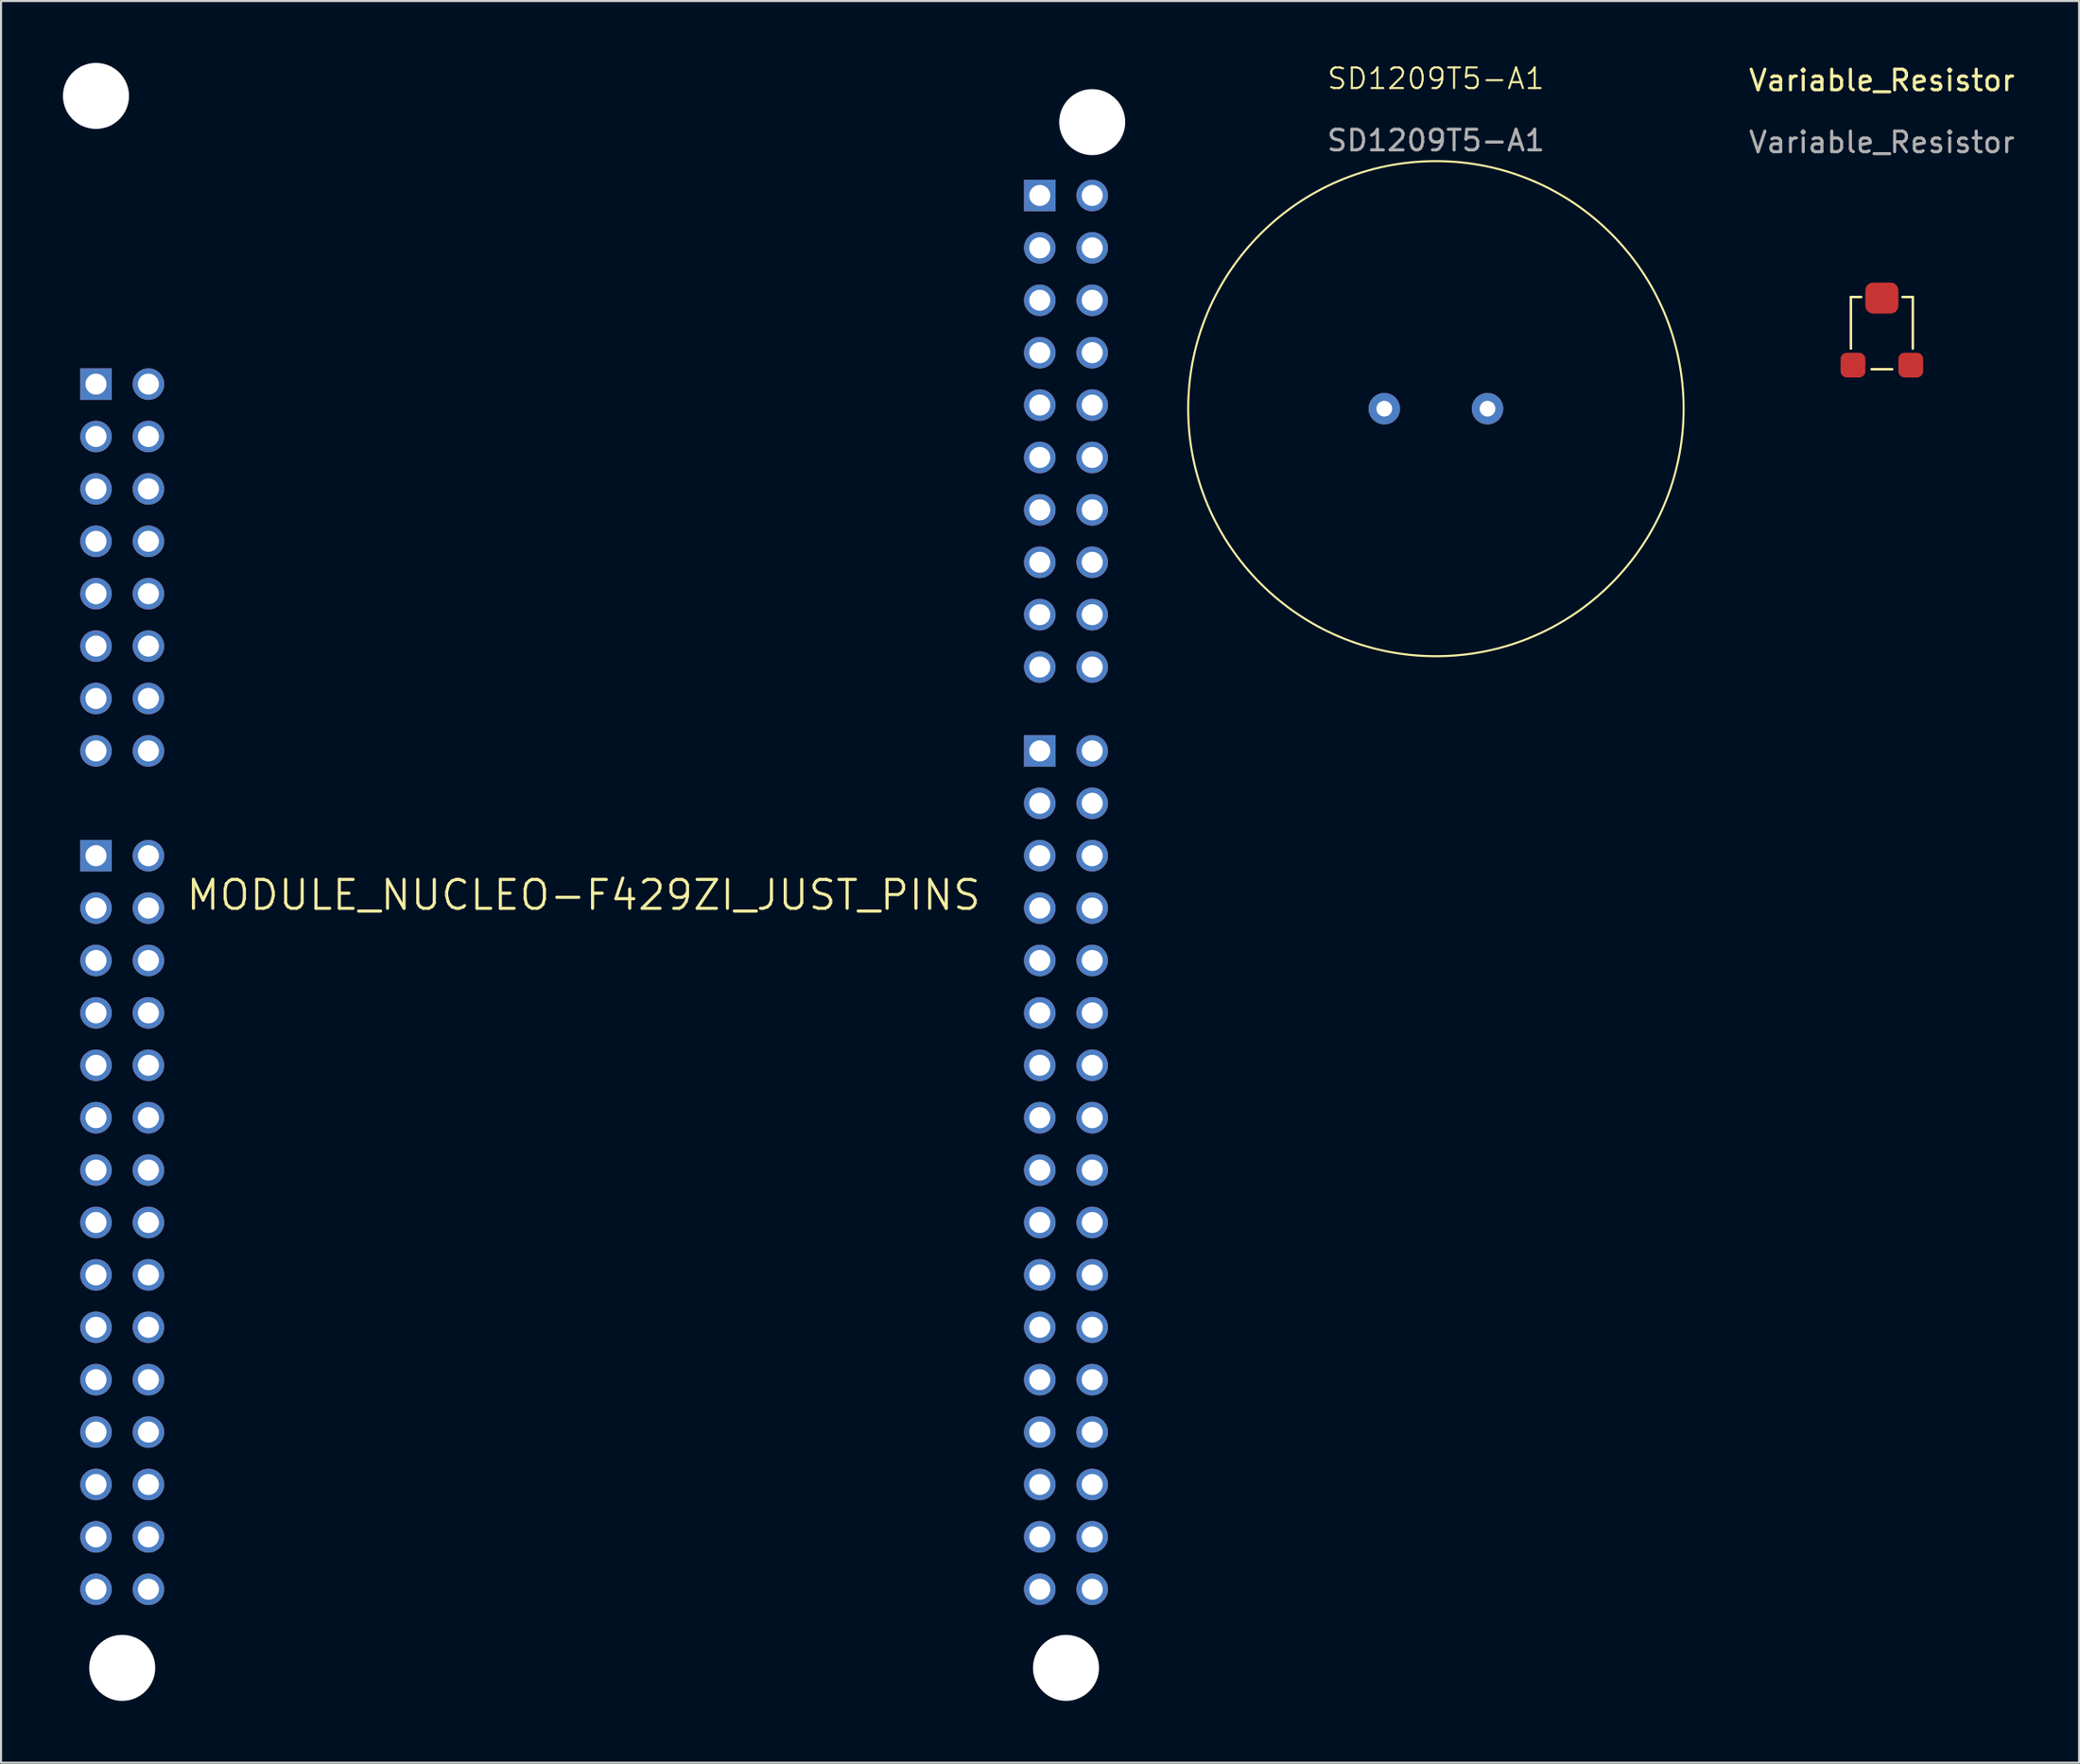
<source format=kicad_pcb>
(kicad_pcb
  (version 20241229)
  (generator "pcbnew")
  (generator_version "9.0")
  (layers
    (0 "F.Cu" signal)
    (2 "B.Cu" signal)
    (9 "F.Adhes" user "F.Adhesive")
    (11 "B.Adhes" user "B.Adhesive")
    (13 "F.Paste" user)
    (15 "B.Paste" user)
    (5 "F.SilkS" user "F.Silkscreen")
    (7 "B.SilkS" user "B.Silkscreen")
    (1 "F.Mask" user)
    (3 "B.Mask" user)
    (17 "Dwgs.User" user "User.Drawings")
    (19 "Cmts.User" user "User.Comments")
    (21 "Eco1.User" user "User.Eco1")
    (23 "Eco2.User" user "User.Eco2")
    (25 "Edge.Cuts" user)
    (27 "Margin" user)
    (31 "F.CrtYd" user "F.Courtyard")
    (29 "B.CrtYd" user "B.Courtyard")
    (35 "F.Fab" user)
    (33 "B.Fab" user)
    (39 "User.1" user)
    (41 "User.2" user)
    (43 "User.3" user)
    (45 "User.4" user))
  (footprint "MODULE_NUCLEO-F429ZI_JUST_PINS"
    (layer "F.Cu")
    (at 25.73 40.34)
    (property "Reference" "MODULE_NUCLEO-F429ZI_JUST_PINS" (at -0.508 0 0) (layer "F.SilkS") (effects (font (size 1.4 1.4) (thickness 0.15))))
    (attr through_hole)
    (pad "" np_thru_hole circle (at -24.13 -38.74) (size 3.2 3.2) (drill 3.2) (layers "*.Cu" "*.Mask"))
    (pad "" np_thru_hole circle (at -22.86 37.46) (size 3.2 3.2) (drill 3.2) (layers "*.Cu" "*.Mask"))
    (pad "" np_thru_hole circle (at 22.86 37.46) (size 3.2 3.2) (drill 3.2) (layers "*.Cu" "*.Mask"))
    (pad "" np_thru_hole circle (at 24.13 -37.47) (size 3.2 3.2) (drill 3.2) (layers "*.Cu" "*.Mask"))
    (pad "1" thru_hole circle (at -21.59 -19.69) (size 1.53 1.53) (drill 1.02) (layers "*.Cu" "*.Mask"))
    (pad "2" thru_hole circle (at -21.59 -17.15) (size 1.53 1.53) (drill 1.02) (layers "*.Cu" "*.Mask"))
    (pad "3" thru_hole circle (at -21.59 -14.61) (size 1.53 1.53) (drill 1.02) (layers "*.Cu" "*.Mask"))
    (pad "4" thru_hole circle (at -21.59 -12.07) (size 1.53 1.53) (drill 1.02) (layers "*.Cu" "*.Mask"))
    (pad "8" thru_hole circle (at -24.13 26.03) (size 1.53 1.53) (drill 1.02) (layers "*.Cu" "*.Mask"))
    (pad "11" thru_hole circle (at -21.59 28.57) (size 1.53 1.53) (drill 1.02) (layers "*.Cu" "*.Mask"))
    (pad "12" thru_hole circle (at -24.13 -22.23) (size 1.53 1.53) (drill 1.02) (layers "*.Cu" "*.Mask"))
    (pad "14" thru_hole circle (at -24.13 -19.69) (size 1.53 1.53) (drill 1.02) (layers "*.Cu" "*.Mask"))
    (pad "16" thru_hole circle (at -24.13 -17.15) (size 1.53 1.53) (drill 1.02) (layers "*.Cu" "*.Mask"))
    (pad "17" thru_hole circle (at 21.59 -23.754) (size 1.53 1.53) (drill 1.02) (layers "*.Cu" "*.Mask"))
    (pad "18" thru_hole circle (at -24.13 -14.61) (size 1.53 1.53) (drill 1.02) (layers "*.Cu" "*.Mask"))
    (pad "19" thru_hole circle (at -24.13 -12.07) (size 1.53 1.53) (drill 1.02) (layers "*.Cu" "*.Mask"))
    (pad "20" thru_hole circle (at -24.13 -9.53) (size 1.53 1.53) (drill 1.02) (layers "*.Cu" "*.Mask"))
    (pad "24" thru_hole circle (at -24.13 -6.99) (size 1.53 1.53) (drill 1.02) (layers "*.Cu" "*.Mask"))
    (pad "28" thru_hole circle (at 21.59 28.57) (size 1.53 1.53) (drill 1.02) (layers "*.Cu" "*.Mask"))
    (pad "29" thru_hole circle (at -24.13 23.49) (size 1.53 1.53) (drill 1.02) (layers "*.Cu" "*.Mask"))
    (pad "31" thru_hole circle (at -24.13 20.95) (size 1.53 1.53) (drill 1.02) (layers "*.Cu" "*.Mask"))
    (pad "32" thru_hole circle (at 21.59 -13.594) (size 1.53 1.53) (drill 1.02) (layers "*.Cu" "*.Mask"))
    (pad "34" thru_hole circle (at 21.59 31.11) (size 1.53 1.53) (drill 1.02) (layers "*.Cu" "*.Mask"))
    (pad "35" thru_hole circle (at 21.59 3.17) (size 1.53 1.53) (drill 1.02) (layers "*.Cu" "*.Mask"))
    (pad "37" thru_hole circle (at -24.13 3.17) (size 1.53 1.53) (drill 1.02) (layers "*.Cu" "*.Mask"))
    (pad "38" thru_hole circle (at -24.13 0.63) (size 1.53 1.53) (drill 1.02) (layers "*.Cu" "*.Mask"))
    (pad "39" thru_hole circle (at -21.59 5.71) (size 1.53 1.53) (drill 1.02) (layers "*.Cu" "*.Mask"))
    (pad "40" thru_hole circle (at -21.59 8.25) (size 1.53 1.53) (drill 1.02) (layers "*.Cu" "*.Mask"))
    (pad "41" thru_hole circle (at -21.59 3.17) (size 1.53 1.53) (drill 1.02) (layers "*.Cu" "*.Mask"))
    (pad "42" thru_hole circle (at -21.59 -9.53) (size 1.53 1.53) (drill 1.02) (layers "*.Cu" "*.Mask"))
    (pad "43" thru_hole circle (at -21.59 0.63) (size 1.53 1.53) (drill 1.02) (layers "*.Cu" "*.Mask"))
    (pad "44" thru_hole circle (at -21.59 -6.99) (size 1.53 1.53) (drill 1.02) (layers "*.Cu" "*.Mask"))
    (pad "45" thru_hole circle (at -21.59 -1.91) (size 1.53 1.53) (drill 1.02) (layers "*.Cu" "*.Mask"))
    (pad "46" thru_hole circle (at -21.59 13.33) (size 1.53 1.53) (drill 1.02) (layers "*.Cu" "*.Mask"))
    (pad "46" thru_hole circle (at 21.59 23.49) (size 1.53 1.53) (drill 1.02) (layers "*.Cu" "*.Mask"))
    (pad "47" thru_hole circle (at -21.59 23.49) (size 1.53 1.53) (drill 1.02) (layers "*.Cu" "*.Mask"))
    (pad "48" thru_hole circle (at -21.59 15.87) (size 1.53 1.53) (drill 1.02) (layers "*.Cu" "*.Mask"))
    (pad "49" thru_hole circle (at -21.59 10.79) (size 1.53 1.53) (drill 1.02) (layers "*.Cu" "*.Mask"))
    (pad "50" thru_hole circle (at -21.59 18.41) (size 1.53 1.53) (drill 1.02) (layers "*.Cu" "*.Mask"))
    (pad "52" thru_hole circle (at -24.13 18.41) (size 1.53 1.53) (drill 1.02) (layers "*.Cu" "*.Mask"))
    (pad "54" thru_hole circle (at -21.59 26.03) (size 1.53 1.53) (drill 1.02) (layers "*.Cu" "*.Mask"))
    (pad "55" thru_hole circle (at -24.13 31.11) (size 1.53 1.53) (drill 1.02) (layers "*.Cu" "*.Mask"))
    (pad "56" thru_hole circle (at -21.59 31.11) (size 1.53 1.53) (drill 1.02) (layers "*.Cu" "*.Mask"))
    (pad "57" thru_hole circle (at -24.13 28.57) (size 1.53 1.53) (drill 1.02) (layers "*.Cu" "*.Mask"))
    (pad "58" thru_hole circle (at -21.59 33.65) (size 1.53 1.53) (drill 1.02) (layers "*.Cu" "*.Mask"))
    (pad "59" thru_hole circle (at -24.13 33.65) (size 1.53 1.53) (drill 1.02) (layers "*.Cu" "*.Mask"))
    (pad "60" thru_hole circle (at 24.13 -26.294) (size 1.53 1.53) (drill 1.02) (layers "*.Cu" "*.Mask"))
    (pad "62" thru_hole circle (at -21.59 20.95) (size 1.53 1.53) (drill 1.02) (layers "*.Cu" "*.Mask"))
    (pad "63" thru_hole circle (at 24.13 10.79) (size 1.53 1.53) (drill 1.02) (layers "*.Cu" "*.Mask"))
    (pad "73" thru_hole circle (at -21.59 -22.23) (size 1.53 1.53) (drill 1.02) (layers "*.Cu" "*.Mask"))
    (pad "74" thru_hole circle (at -21.59 -24.77) (size 1.53 1.53) (drill 1.02) (layers "*.Cu" "*.Mask"))
    (pad "75" thru_hole circle (at 24.13 -33.914) (size 1.53 1.53) (drill 1.02) (layers "*.Cu" "*.Mask"))
    (pad "76" thru_hole rect (at 21.59 -33.914) (size 1.53 1.53) (drill 1.02) (layers "*.Cu" "*.Mask"))
    (pad "77" thru_hole circle (at 24.13 -31.374) (size 1.53 1.53) (drill 1.02) (layers "*.Cu" "*.Mask"))
    (pad "79" thru_hole rect (at 21.59 -6.99) (size 1.53 1.53) (drill 1.02) (layers "*.Cu" "*.Mask"))
    (pad "79" thru_hole circle (at 24.13 -28.834) (size 1.53 1.53) (drill 1.02) (layers "*.Cu" "*.Mask"))
    (pad "81" thru_hole circle (at 21.59 26.03) (size 1.53 1.53) (drill 1.02) (layers "*.Cu" "*.Mask"))
    (pad "83" thru_hole circle (at 24.13 -23.754) (size 1.53 1.53) (drill 1.02) (layers "*.Cu" "*.Mask"))
    (pad "85" thru_hole circle (at 24.13 -21.214) (size 1.53 1.53) (drill 1.02) (layers "*.Cu" "*.Mask"))
    (pad "87" thru_hole circle (at -24.13 15.87) (size 1.53 1.53) (drill 1.02) (layers "*.Cu" "*.Mask"))
    (pad "87" thru_hole circle (at 24.13 -18.674) (size 1.53 1.53) (drill 1.02) (layers "*.Cu" "*.Mask"))
    (pad "88" thru_hole circle (at 21.59 -26.294) (size 1.53 1.53) (drill 1.02) (layers "*.Cu" "*.Mask"))
    (pad "89" thru_hole circle (at 21.59 8.25) (size 1.53 1.53) (drill 1.02) (layers "*.Cu" "*.Mask"))
    (pad "90" thru_hole circle (at 24.13 33.65) (size 1.53 1.53) (drill 1.02) (layers "*.Cu" "*.Mask"))
    (pad "91" thru_hole circle (at 21.59 -21.214) (size 1.53 1.53) (drill 1.02) (layers "*.Cu" "*.Mask"))
    (pad "92" thru_hole circle (at 24.13 18.41) (size 1.53 1.53) (drill 1.02) (layers "*.Cu" "*.Mask"))
    (pad "94" thru_hole circle (at 21.59 10.79) (size 1.53 1.53) (drill 1.02) (layers "*.Cu" "*.Mask"))
    (pad "96" thru_hole circle (at 21.59 0.63) (size 1.53 1.53) (drill 1.02) (layers "*.Cu" "*.Mask"))
    (pad "97" thru_hole circle (at 24.13 31.11) (size 1.53 1.53) (drill 1.02) (layers "*.Cu" "*.Mask"))
    (pad "98" thru_hole circle (at 21.59 -31.374) (size 1.53 1.53) (drill 1.02) (layers "*.Cu" "*.Mask"))
    (pad "99" thru_hole circle (at 21.59 -11.054) (size 1.53 1.53) (drill 1.02) (layers "*.Cu" "*.Mask"))
    (pad "101" thru_hole circle (at 21.59 -18.674) (size 1.53 1.53) (drill 1.02) (layers "*.Cu" "*.Mask"))
    (pad "102" thru_hole circle (at 21.59 -28.834) (size 1.53 1.53) (drill 1.02) (layers "*.Cu" "*.Mask"))
    (pad "103" thru_hole circle (at 21.59 -16.134) (size 1.53 1.53) (drill 1.02) (layers "*.Cu" "*.Mask"))
    (pad "104" thru_hole circle (at 21.59 -4.45) (size 1.53 1.53) (drill 1.02) (layers "*.Cu" "*.Mask"))
    (pad "108" thru_hole circle (at -24.13 8.25) (size 1.53 1.53) (drill 1.02) (layers "*.Cu" "*.Mask"))
    (pad "109" thru_hole rect (at -24.13 -1.91) (size 1.53 1.53) (drill 1.02) (layers "*.Cu" "*.Mask"))
    (pad "110" thru_hole circle (at 21.59 5.71) (size 1.53 1.53) (drill 1.02) (layers "*.Cu" "*.Mask"))
    (pad "111" thru_hole circle (at 21.59 -1.91) (size 1.53 1.53) (drill 1.02) (layers "*.Cu" "*.Mask"))
    (pad "112" thru_hole circle (at 24.13 13.33) (size 1.53 1.53) (drill 1.02) (layers "*.Cu" "*.Mask"))
    (pad "113" thru_hole circle (at 21.59 15.87) (size 1.53 1.53) (drill 1.02) (layers "*.Cu" "*.Mask"))
    (pad "114" thru_hole circle (at -24.13 10.79) (size 1.53 1.53) (drill 1.02) (layers "*.Cu" "*.Mask"))
    (pad "115" thru_hole circle (at 21.59 18.41) (size 1.53 1.53) (drill 1.02) (layers "*.Cu" "*.Mask"))
    (pad "116" thru_hole circle (at 24.13 15.87) (size 1.53 1.53) (drill 1.02) (layers "*.Cu" "*.Mask"))
    (pad "117" thru_hole circle (at 21.59 20.95) (size 1.53 1.53) (drill 1.02) (layers "*.Cu" "*.Mask"))
    (pad "118" thru_hole circle (at 24.13 -16.134) (size 1.53 1.53) (drill 1.02) (layers "*.Cu" "*.Mask"))
    (pad "119" thru_hole circle (at 24.13 20.95) (size 1.53 1.53) (drill 1.02) (layers "*.Cu" "*.Mask"))
    (pad "120" thru_hole circle (at 24.13 -13.594) (size 1.53 1.53) (drill 1.02) (layers "*.Cu" "*.Mask"))
    (pad "121" thru_hole circle (at 24.13 23.49) (size 1.53 1.53) (drill 1.02) (layers "*.Cu" "*.Mask"))
    (pad "122" thru_hole circle (at 24.13 0.63) (size 1.53 1.53) (drill 1.02) (layers "*.Cu" "*.Mask"))
    (pad "123" thru_hole circle (at 24.13 26.03) (size 1.53 1.53) (drill 1.02) (layers "*.Cu" "*.Mask"))
    (pad "124" thru_hole circle (at 24.13 -4.45) (size 1.53 1.53) (drill 1.02) (layers "*.Cu" "*.Mask"))
    (pad "125" thru_hole circle (at 24.13 28.57) (size 1.53 1.53) (drill 1.02) (layers "*.Cu" "*.Mask"))
    (pad "127" thru_hole circle (at 24.13 3.17) (size 1.53 1.53) (drill 1.02) (layers "*.Cu" "*.Mask"))
    (pad "128" thru_hole circle (at 24.13 -1.91) (size 1.53 1.53) (drill 1.02) (layers "*.Cu" "*.Mask"))
    (pad "129" thru_hole circle (at 24.13 -6.99) (size 1.53 1.53) (drill 1.02) (layers "*.Cu" "*.Mask"))
    (pad "130" thru_hole circle (at -24.13 5.71) (size 1.53 1.53) (drill 1.02) (layers "*.Cu" "*.Mask"))
    (pad "131" thru_hole circle (at 24.13 -11.054) (size 1.53 1.53) (drill 1.02) (layers "*.Cu" "*.Mask"))
    (pad "132" thru_hole circle (at 24.13 5.71) (size 1.53 1.53) (drill 1.02) (layers "*.Cu" "*.Mask"))
    (pad "133" thru_hole circle (at 24.13 8.25) (size 1.53 1.53) (drill 1.02) (layers "*.Cu" "*.Mask"))
    (pad "136" thru_hole circle (at 21.59 33.65) (size 1.53 1.53) (drill 1.02) (layers "*.Cu" "*.Mask"))
    (pad "144" thru_hole circle (at 21.59 13.33) (size 1.53 1.53) (drill 1.02) (layers "*.Cu" "*.Mask"))
    (pad "NC" thru_hole rect (at -24.13 -24.77) (size 1.53 1.53) (drill 1.02) (layers "*.Cu" "*.Mask"))
    (pad "NC" thru_hole circle (at -24.13 13.33) (size 1.53 1.53) (drill 1.02) (layers "*.Cu" "*.Mask")))
  (footprint "SD1209T5-A1"
    (layer "F.Cu")
    (at 66.51 16.761)
    (property "Reference" "SD1209T5-A1" (at 0 -16 0) (unlocked yes) (layer "F.SilkS") (effects (font (size 1 1) (thickness 0.1))))
    (attr through_hole)
    (fp_circle (center 0 0) (end 12 0) (stroke (width 0.1) (type default)) (fill no) (layer "F.SilkS"))
    (fp_text user "${REFERENCE}" (at 0 -13 0) (unlocked yes) (layer "F.Fab") (effects (font (size 1 1) (thickness 0.15))))
    (pad "1" thru_hole circle (at -2.5 0) (size 1.524 1.524) (drill 0.762) (layers "*.Cu" "*.Mask"))
    (pad "2" thru_hole circle (at 2.5 0) (size 1.524 1.524) (drill 0.762) (layers "*.Cu" "*.Mask")))
  (footprint "Variable_Resistor"
    (layer "F.Cu")
    (at 88.114 12.848)
    (property "Reference" "Variable_Resistor" (at 0 -12 0) (unlocked yes) (layer "F.SilkS") (effects (font (size 1 1) (thickness 0.15))))
    (attr smd)
    (fp_line (start -1.5 -1.5) (end -1 -1.5) (stroke (width 0.12) (type solid)) (layer "F.SilkS"))
    (fp_line (start -1.5 1) (end -1.5 -1.5) (stroke (width 0.12) (type solid)) (layer "F.SilkS"))
    (fp_line (start 0.5 2) (end -0.5 2) (stroke (width 0.12) (type solid)) (layer "F.SilkS"))
    (fp_line (start 1 -1.5) (end 1.5 -1.5) (stroke (width 0.12) (type solid)) (layer "F.SilkS"))
    (fp_line (start 1.5 -1.5) (end 1.5 1) (stroke (width 0.12) (type solid)) (layer "F.SilkS"))
    (fp_text user "${REFERENCE}" (at 0 -9 0) (unlocked yes) (layer "F.Fab") (effects (font (size 1 1) (thickness 0.15))))
    (pad "1" smd roundrect (at -1.4 1.8) (size 1.2 1.2) (layers "F.Cu" "F.Mask" "F.Paste") (roundrect_rratio 0.25))
    (pad "2" smd roundrect (at 0 -1.45) (size 1.6 1.5) (layers "F.Cu" "F.Mask" "F.Paste") (roundrect_rratio 0.25))
    (pad "3" smd roundrect (at 1.4 1.8) (size 1.2 1.2) (layers "F.Cu" "F.Mask" "F.Paste") (roundrect_rratio 0.25)))
  (gr_rect
    (start -3 -3)
    (end 97.667 82.4)
    (stroke (width 0.1) (type default))
    (fill no)
    (layer "Edge.Cuts")))
</source>
